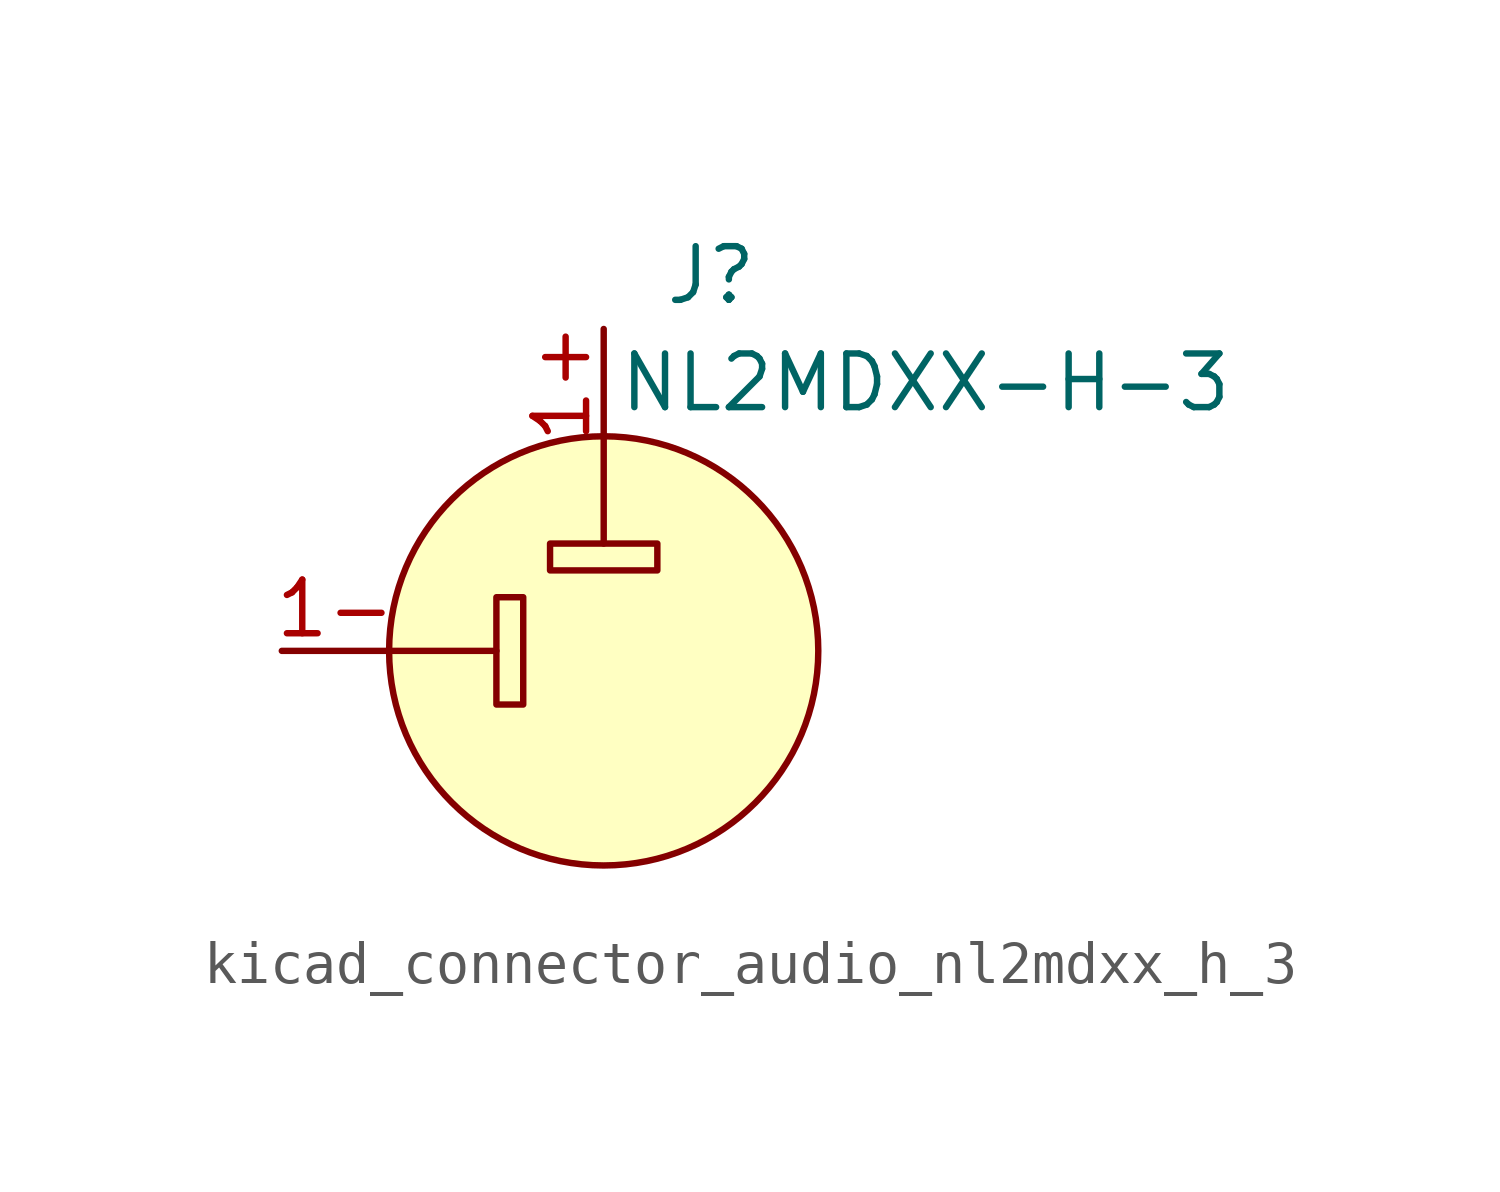
<source format=kicad_sym>
(kicad_symbol_lib
  (version 20220914)
  (generator kicad_symbol_editor)
  (symbol "kicad_connector_audio_nl2mdxx_h_3"
    (pin_names hide)
    (property "Reference" "J"
      (at 2.54 8.89 0)
      (effects (font (size 1.27 1.27))))
    (property "Value" "NL2MDXX-H-3"
      (at 7.62 6.35 0)
      (effects (font (size 1.27 1.27))))
    (symbol "kicad_connector_audio_nl2mdxx_h_3_0_1"
      (rectangle (start -2.54 1.27) (end -1.905 -1.27) (stroke (width 0) (type default)) (fill (type none)))
      (rectangle (start -1.27 2.54) (end 1.27 1.905) (stroke (width 0) (type default)) (fill (type none)))
      (polyline (pts (xy -5.08 0) (xy -2.54 0)) (stroke (width 0) (type default)) (fill (type none)))
      (polyline (pts (xy 0 5.08) (xy 0 2.54)) (stroke (width 0) (type default)) (fill (type none)))
      (circle (center 0 0) (radius 5.08) (stroke (width 0) (type default)) (fill (type background)))
      (pin passive line (at -7.62 0 0) (length 2.54) (name "1-" (effects (font (size 1.27 1.27)))) (number "1-" (effects (font (size 1.27 1.27))))))
    (symbol "kicad_connector_audio_nl2mdxx_h_3_1_1"
      (pin passive line (at 0 7.62 270) (length 2.54) (name "1+" (effects (font (size 1.27 1.27)))) (number "1+" (effects (font (size 1.27 1.27))))))))
</source>
